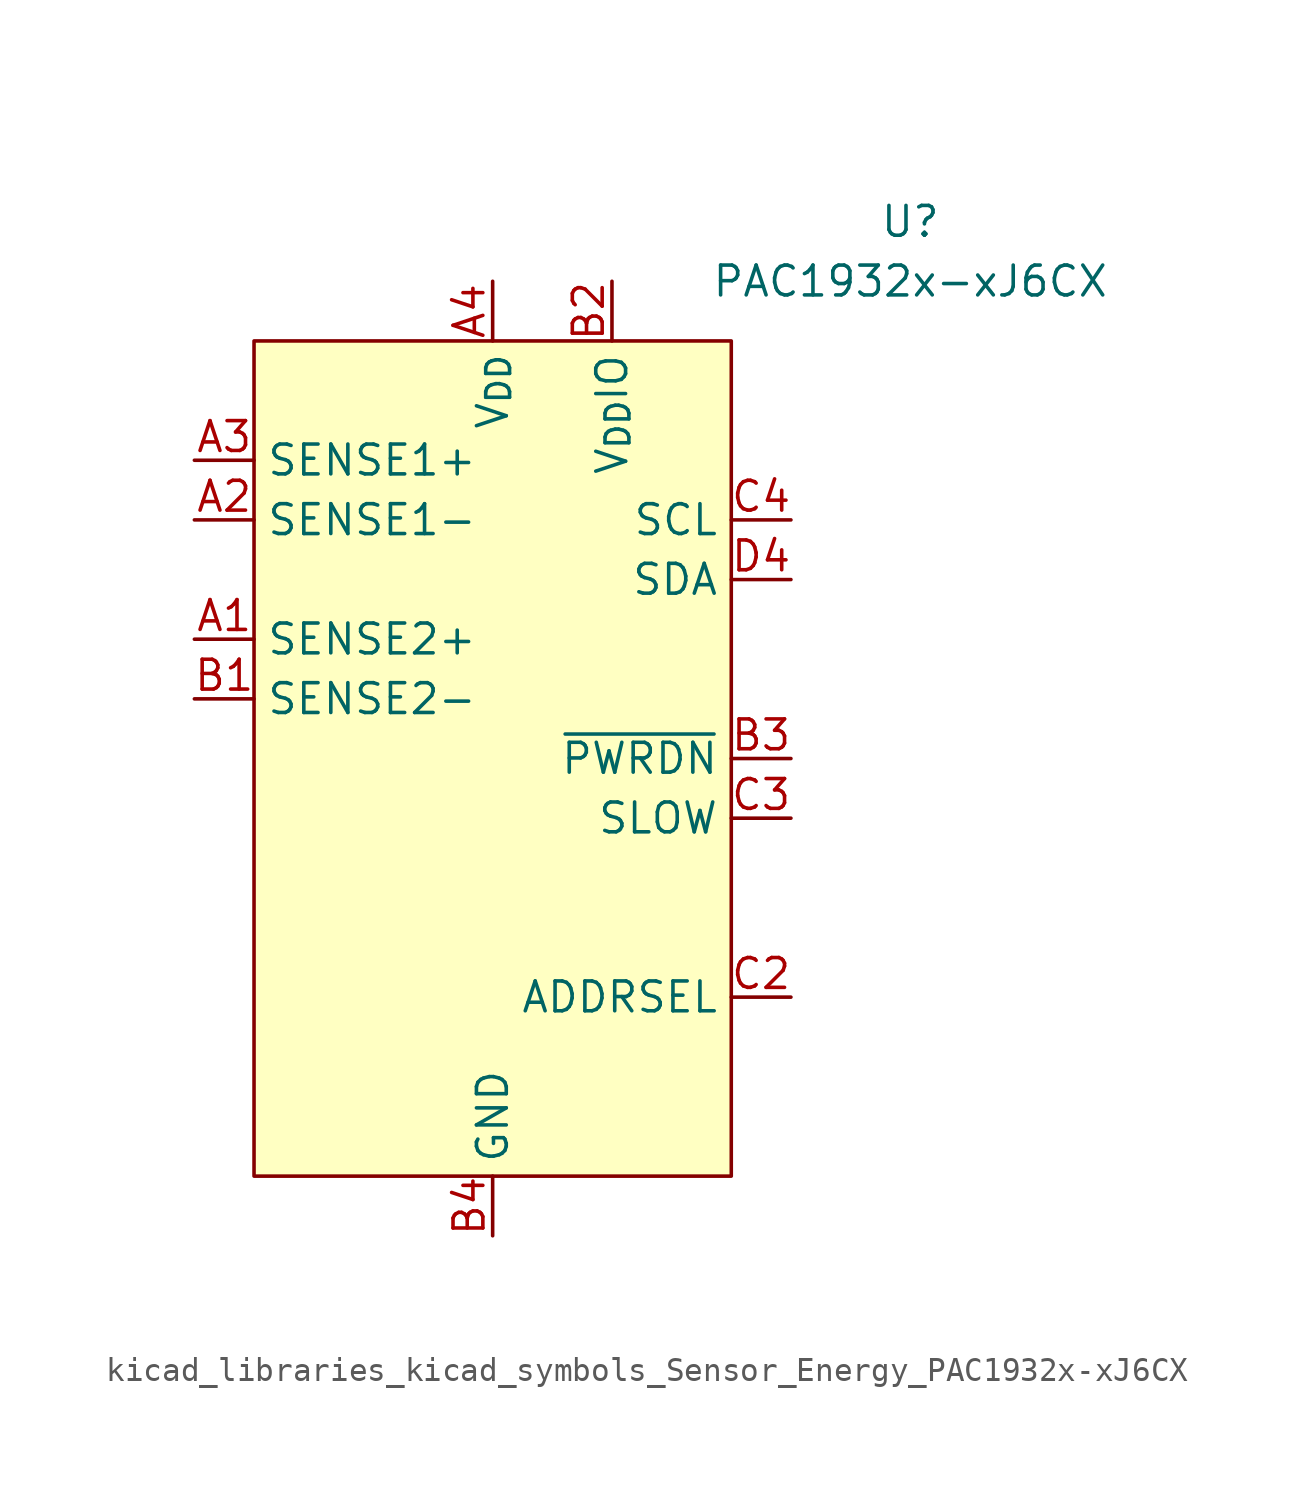
<source format=kicad_sym>
(kicad_symbol_lib
  (version 20220914)
  (generator kicad_symbol_editor)
  (symbol "kicad_libraries_kicad_symbols_Sensor_Energy_PAC1932x-xJ6CX"
    (property "Reference" "U"
      (at 17.78 22.86 0)
      (effects (font (size 1.27 1.27))))
    (property "Value" "PAC1932x-xJ6CX"
      (at 17.78 20.32 0)
      (effects (font (size 1.27 1.27))))
    (symbol "kicad_libraries_kicad_symbols_Sensor_Energy_PAC1932x-xJ6CX_0_0"
      (pin input line (at -12.7 5.08 0) (length 2.54) (name "SENSE2+" (effects (font (size 1.27 1.27)))) (number "A1" (effects (font (size 1.27 1.27)))))
      (pin input line (at -12.7 10.16 0) (length 2.54) (name "SENSE1-" (effects (font (size 1.27 1.27)))) (number "A2" (effects (font (size 1.27 1.27)))))
      (pin input line (at -12.7 12.7 0) (length 2.54) (name "SENSE1+" (effects (font (size 1.27 1.27)))) (number "A3" (effects (font (size 1.27 1.27)))))
      (pin power_in line (at 0 20.32 270) (length 2.54) (name "V_{DD}" (effects (font (size 1.27 1.27)))) (number "A4" (effects (font (size 1.27 1.27)))))
      (pin input line (at -12.7 2.54 0) (length 2.54) (name "SENSE2-" (effects (font (size 1.27 1.27)))) (number "B1" (effects (font (size 1.27 1.27)))))
      (pin input line (at 5.08 20.32 270) (length 2.54) (name "V_{DD}IO" (effects (font (size 1.27 1.27)))) (number "B2" (effects (font (size 1.27 1.27)))))
      (pin input line (at 12.7 0 180) (length 2.54) (name "~{PWRDN}" (effects (font (size 1.27 1.27)))) (number "B3" (effects (font (size 1.27 1.27)))))
      (pin power_in line (at 0 -20.32 90) (length 2.54) (name "GND" (effects (font (size 1.27 1.27)))) (number "B4" (effects (font (size 1.27 1.27)))))
      (pin passive line (at 0 -20.32 90) (length 2.54) hide (name "GND" (effects (font (size 1.27 1.27)))) (number "C1" (effects (font (size 1.27 1.27)))))
      (pin passive line (at 12.7 -10.16 180) (length 2.54) (name "ADDRSEL" (effects (font (size 1.27 1.27)))) (number "C2" (effects (font (size 1.27 1.27)))))
      (pin input line (at 12.7 -2.54 180) (length 2.54) (name "SLOW" (effects (font (size 1.27 1.27)))) (number "C3" (effects (font (size 1.27 1.27)))) (alternate "~{ALERT1}" open_collector line))
      (pin input line (at 12.7 10.16 180) (length 2.54) (name "SCL" (effects (font (size 1.27 1.27)))) (number "C4" (effects (font (size 1.27 1.27)))) (alternate "SM_CLK" input line))
      (pin passive line (at 0 -20.32 90) (length 2.54) hide (name "GND" (effects (font (size 1.27 1.27)))) (number "D1" (effects (font (size 1.27 1.27)))))
      (pin passive line (at 0 -20.32 90) (length 2.54) hide (name "GND" (effects (font (size 1.27 1.27)))) (number "D2" (effects (font (size 1.27 1.27)))))
      (pin passive line (at 0 -20.32 90) (length 2.54) hide (name "GND" (effects (font (size 1.27 1.27)))) (number "D3" (effects (font (size 1.27 1.27)))))
      (pin bidirectional line (at 12.7 7.62 180) (length 2.54) (name "SDA" (effects (font (size 1.27 1.27)))) (number "D4" (effects (font (size 1.27 1.27)))) (alternate "SM_DATA" bidirectional line)))
    (symbol "kicad_libraries_kicad_symbols_Sensor_Energy_PAC1932x-xJ6CX_0_1"
      (rectangle (start -10.16 17.78) (end 10.16 -17.78) (stroke (width 0) (type default)) (fill (type background))))))
</source>
